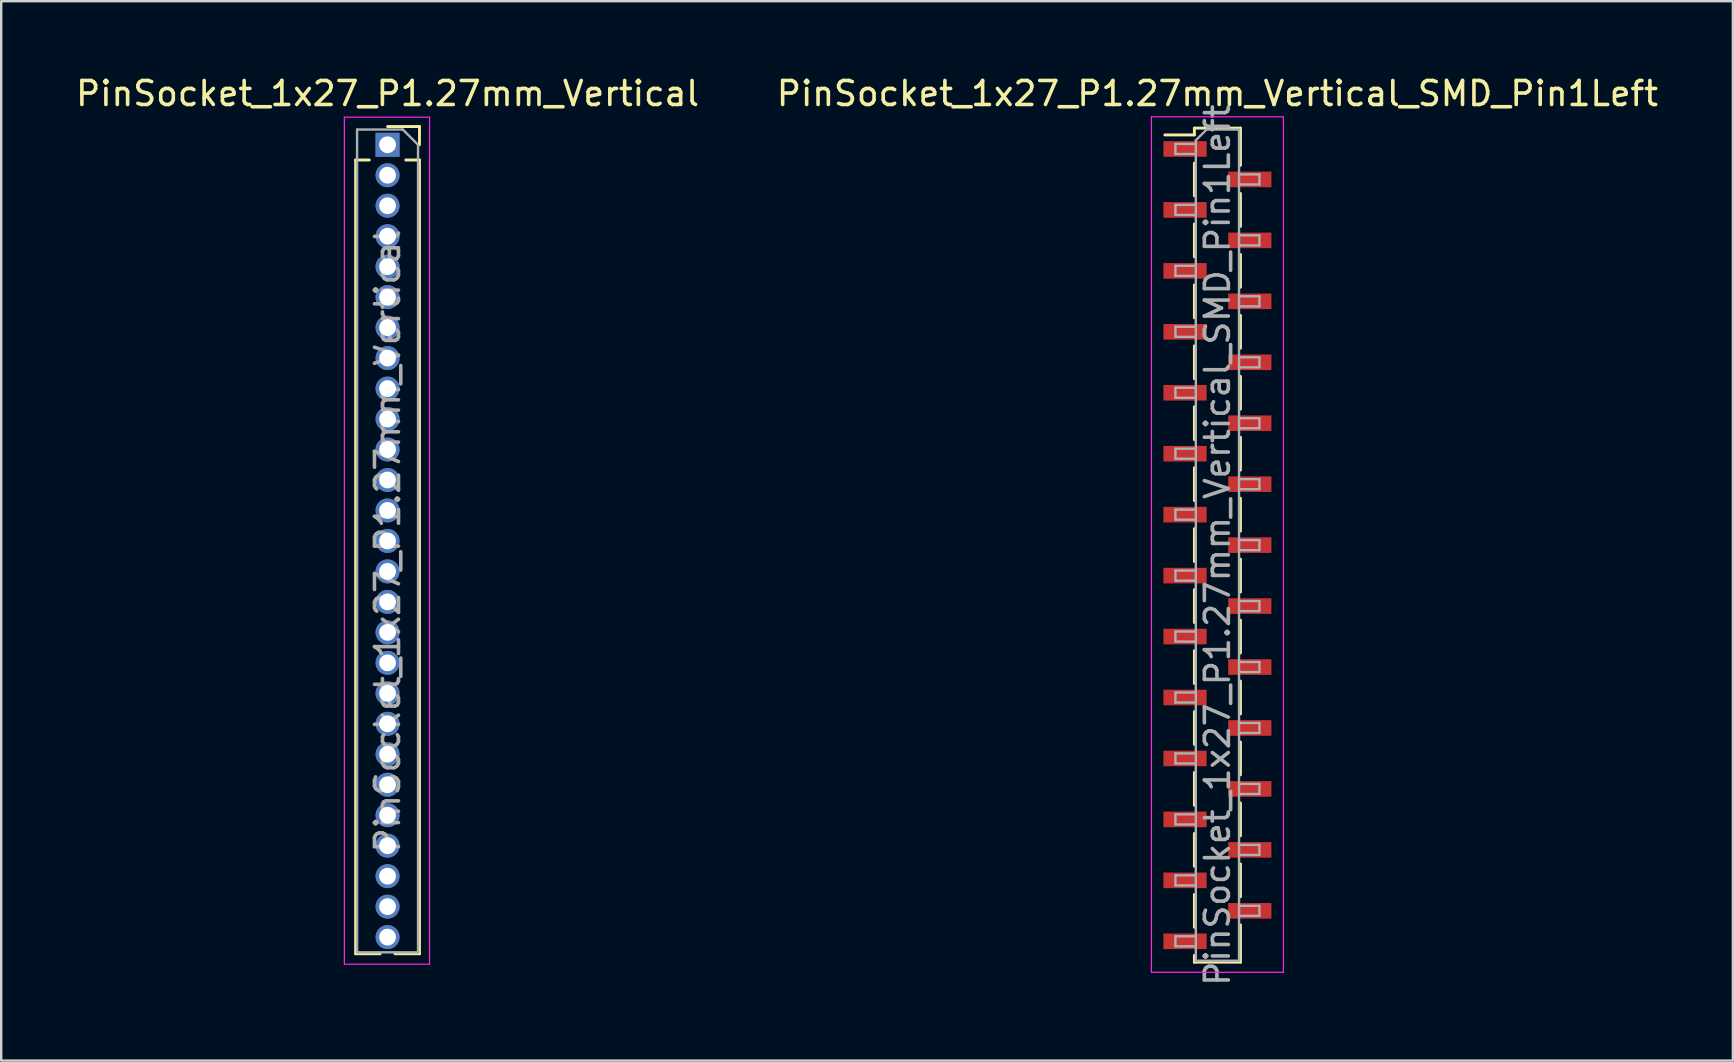
<source format=kicad_pcb>
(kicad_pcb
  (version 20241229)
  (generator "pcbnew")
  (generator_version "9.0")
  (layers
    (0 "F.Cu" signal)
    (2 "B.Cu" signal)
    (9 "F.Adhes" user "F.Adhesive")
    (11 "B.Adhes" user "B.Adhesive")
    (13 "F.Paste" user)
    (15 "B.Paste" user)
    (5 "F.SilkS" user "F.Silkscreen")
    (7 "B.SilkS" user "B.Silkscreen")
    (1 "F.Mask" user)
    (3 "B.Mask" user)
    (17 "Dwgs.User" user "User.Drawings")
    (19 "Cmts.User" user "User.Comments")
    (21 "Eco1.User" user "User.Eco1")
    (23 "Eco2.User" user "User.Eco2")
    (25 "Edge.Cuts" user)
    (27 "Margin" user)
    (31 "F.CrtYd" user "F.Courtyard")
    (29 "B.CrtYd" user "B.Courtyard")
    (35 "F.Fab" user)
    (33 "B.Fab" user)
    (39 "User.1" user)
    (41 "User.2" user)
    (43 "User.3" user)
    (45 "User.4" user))
  (footprint "PinSocket_1x27_P1.27mm_Vertical_SMD_Pin1Left"
    (layer "F.Cu")
    (at 47.685 19.668)
    (property "Reference" "PinSocket_1x27_P1.27mm_Vertical_SMD_Pin1Left" (at 0 -18.82 0) (layer "F.SilkS") (effects (font (size 1 1) (thickness 0.15))))
    (attr smd)
    (fp_line (start -2.19 -17.095) (end -0.96 -17.095) (stroke (width 0.12) (type solid)) (layer "F.SilkS"))
    (fp_line (start -0.96 -17.38) (end -0.96 -17.095) (stroke (width 0.12) (type solid)) (layer "F.SilkS"))
    (fp_line (start -0.96 -17.38) (end 0.96 -17.38) (stroke (width 0.12) (type solid)) (layer "F.SilkS"))
    (fp_line (start -0.96 -15.925) (end -0.96 -14.555) (stroke (width 0.12) (type solid)) (layer "F.SilkS"))
    (fp_line (start -0.96 -13.385) (end -0.96 -12.015) (stroke (width 0.12) (type solid)) (layer "F.SilkS"))
    (fp_line (start -0.96 -10.845) (end -0.96 -9.475) (stroke (width 0.12) (type solid)) (layer "F.SilkS"))
    (fp_line (start -0.96 -8.305) (end -0.96 -6.935) (stroke (width 0.12) (type solid)) (layer "F.SilkS"))
    (fp_line (start -0.96 -5.765) (end -0.96 -4.395) (stroke (width 0.12) (type solid)) (layer "F.SilkS"))
    (fp_line (start -0.96 -3.225) (end -0.96 -1.855) (stroke (width 0.12) (type solid)) (layer "F.SilkS"))
    (fp_line (start -0.96 -0.685) (end -0.96 0.685) (stroke (width 0.12) (type solid)) (layer "F.SilkS"))
    (fp_line (start -0.96 1.855) (end -0.96 3.225) (stroke (width 0.12) (type solid)) (layer "F.SilkS"))
    (fp_line (start -0.96 4.395) (end -0.96 5.765) (stroke (width 0.12) (type solid)) (layer "F.SilkS"))
    (fp_line (start -0.96 6.935) (end -0.96 8.305) (stroke (width 0.12) (type solid)) (layer "F.SilkS"))
    (fp_line (start -0.96 9.475) (end -0.96 10.845) (stroke (width 0.12) (type solid)) (layer "F.SilkS"))
    (fp_line (start -0.96 12.015) (end -0.96 13.385) (stroke (width 0.12) (type solid)) (layer "F.SilkS"))
    (fp_line (start -0.96 14.555) (end -0.96 15.925) (stroke (width 0.12) (type solid)) (layer "F.SilkS"))
    (fp_line (start -0.96 17.095) (end -0.96 17.38) (stroke (width 0.12) (type solid)) (layer "F.SilkS"))
    (fp_line (start -0.96 17.38) (end 0.96 17.38) (stroke (width 0.12) (type solid)) (layer "F.SilkS"))
    (fp_line (start 0.96 -17.38) (end 0.96 -15.825) (stroke (width 0.12) (type solid)) (layer "F.SilkS"))
    (fp_line (start 0.96 -14.655) (end 0.96 -13.285) (stroke (width 0.12) (type solid)) (layer "F.SilkS"))
    (fp_line (start 0.96 -12.115) (end 0.96 -10.745) (stroke (width 0.12) (type solid)) (layer "F.SilkS"))
    (fp_line (start 0.96 -9.575) (end 0.96 -8.205) (stroke (width 0.12) (type solid)) (layer "F.SilkS"))
    (fp_line (start 0.96 -7.035) (end 0.96 -5.665) (stroke (width 0.12) (type solid)) (layer "F.SilkS"))
    (fp_line (start 0.96 -4.495) (end 0.96 -3.125) (stroke (width 0.12) (type solid)) (layer "F.SilkS"))
    (fp_line (start 0.96 -1.955) (end 0.96 -0.585) (stroke (width 0.12) (type solid)) (layer "F.SilkS"))
    (fp_line (start 0.96 0.585) (end 0.96 1.955) (stroke (width 0.12) (type solid)) (layer "F.SilkS"))
    (fp_line (start 0.96 3.125) (end 0.96 4.495) (stroke (width 0.12) (type solid)) (layer "F.SilkS"))
    (fp_line (start 0.96 5.665) (end 0.96 7.035) (stroke (width 0.12) (type solid)) (layer "F.SilkS"))
    (fp_line (start 0.96 8.205) (end 0.96 9.575) (stroke (width 0.12) (type solid)) (layer "F.SilkS"))
    (fp_line (start 0.96 10.745) (end 0.96 12.115) (stroke (width 0.12) (type solid)) (layer "F.SilkS"))
    (fp_line (start 0.96 13.285) (end 0.96 14.655) (stroke (width 0.12) (type solid)) (layer "F.SilkS"))
    (fp_line (start 0.96 15.825) (end 0.96 17.38) (stroke (width 0.12) (type solid)) (layer "F.SilkS"))
    (fp_line (start -2.75 -17.85) (end 2.75 -17.85) (stroke (width 0.05) (type solid)) (layer "F.CrtYd"))
    (fp_line (start -2.75 17.8) (end -2.75 -17.85) (stroke (width 0.05) (type solid)) (layer "F.CrtYd"))
    (fp_line (start 2.75 -17.85) (end 2.75 17.8) (stroke (width 0.05) (type solid)) (layer "F.CrtYd"))
    (fp_line (start 2.75 17.8) (end -2.75 17.8) (stroke (width 0.05) (type solid)) (layer "F.CrtYd"))
    (fp_line (start -1.75 -16.72) (end -0.9 -16.72) (stroke (width 0.1) (type solid)) (layer "F.Fab"))
    (fp_line (start -1.75 -16.3) (end -1.75 -16.72) (stroke (width 0.1) (type solid)) (layer "F.Fab"))
    (fp_line (start -1.75 -14.18) (end -0.9 -14.18) (stroke (width 0.1) (type solid)) (layer "F.Fab"))
    (fp_line (start -1.75 -13.76) (end -1.75 -14.18) (stroke (width 0.1) (type solid)) (layer "F.Fab"))
    (fp_line (start -1.75 -11.64) (end -0.9 -11.64) (stroke (width 0.1) (type solid)) (layer "F.Fab"))
    (fp_line (start -1.75 -11.22) (end -1.75 -11.64) (stroke (width 0.1) (type solid)) (layer "F.Fab"))
    (fp_line (start -1.75 -9.1) (end -0.9 -9.1) (stroke (width 0.1) (type solid)) (layer "F.Fab"))
    (fp_line (start -1.75 -8.68) (end -1.75 -9.1) (stroke (width 0.1) (type solid)) (layer "F.Fab"))
    (fp_line (start -1.75 -6.56) (end -0.9 -6.56) (stroke (width 0.1) (type solid)) (layer "F.Fab"))
    (fp_line (start -1.75 -6.14) (end -1.75 -6.56) (stroke (width 0.1) (type solid)) (layer "F.Fab"))
    (fp_line (start -1.75 -4.02) (end -0.9 -4.02) (stroke (width 0.1) (type solid)) (layer "F.Fab"))
    (fp_line (start -1.75 -3.6) (end -1.75 -4.02) (stroke (width 0.1) (type solid)) (layer "F.Fab"))
    (fp_line (start -1.75 -1.48) (end -0.9 -1.48) (stroke (width 0.1) (type solid)) (layer "F.Fab"))
    (fp_line (start -1.75 -1.06) (end -1.75 -1.48) (stroke (width 0.1) (type solid)) (layer "F.Fab"))
    (fp_line (start -1.75 1.06) (end -0.9 1.06) (stroke (width 0.1) (type solid)) (layer "F.Fab"))
    (fp_line (start -1.75 1.48) (end -1.75 1.06) (stroke (width 0.1) (type solid)) (layer "F.Fab"))
    (fp_line (start -1.75 3.6) (end -0.9 3.6) (stroke (width 0.1) (type solid)) (layer "F.Fab"))
    (fp_line (start -1.75 4.02) (end -1.75 3.6) (stroke (width 0.1) (type solid)) (layer "F.Fab"))
    (fp_line (start -1.75 6.14) (end -0.9 6.14) (stroke (width 0.1) (type solid)) (layer "F.Fab"))
    (fp_line (start -1.75 6.56) (end -1.75 6.14) (stroke (width 0.1) (type solid)) (layer "F.Fab"))
    (fp_line (start -1.75 8.68) (end -0.9 8.68) (stroke (width 0.1) (type solid)) (layer "F.Fab"))
    (fp_line (start -1.75 9.1) (end -1.75 8.68) (stroke (width 0.1) (type solid)) (layer "F.Fab"))
    (fp_line (start -1.75 11.22) (end -0.9 11.22) (stroke (width 0.1) (type solid)) (layer "F.Fab"))
    (fp_line (start -1.75 11.64) (end -1.75 11.22) (stroke (width 0.1) (type solid)) (layer "F.Fab"))
    (fp_line (start -1.75 13.76) (end -0.9 13.76) (stroke (width 0.1) (type solid)) (layer "F.Fab"))
    (fp_line (start -1.75 14.18) (end -1.75 13.76) (stroke (width 0.1) (type solid)) (layer "F.Fab"))
    (fp_line (start -1.75 16.3) (end -0.9 16.3) (stroke (width 0.1) (type solid)) (layer "F.Fab"))
    (fp_line (start -1.75 16.72) (end -1.75 16.3) (stroke (width 0.1) (type solid)) (layer "F.Fab"))
    (fp_line (start -0.9 -16.87) (end -0.45 -17.32) (stroke (width 0.1) (type solid)) (layer "F.Fab"))
    (fp_line (start -0.9 -16.3) (end -1.75 -16.3) (stroke (width 0.1) (type solid)) (layer "F.Fab"))
    (fp_line (start -0.9 -13.76) (end -1.75 -13.76) (stroke (width 0.1) (type solid)) (layer "F.Fab"))
    (fp_line (start -0.9 -11.22) (end -1.75 -11.22) (stroke (width 0.1) (type solid)) (layer "F.Fab"))
    (fp_line (start -0.9 -8.68) (end -1.75 -8.68) (stroke (width 0.1) (type solid)) (layer "F.Fab"))
    (fp_line (start -0.9 -6.14) (end -1.75 -6.14) (stroke (width 0.1) (type solid)) (layer "F.Fab"))
    (fp_line (start -0.9 -3.6) (end -1.75 -3.6) (stroke (width 0.1) (type solid)) (layer "F.Fab"))
    (fp_line (start -0.9 -1.06) (end -1.75 -1.06) (stroke (width 0.1) (type solid)) (layer "F.Fab"))
    (fp_line (start -0.9 1.48) (end -1.75 1.48) (stroke (width 0.1) (type solid)) (layer "F.Fab"))
    (fp_line (start -0.9 4.02) (end -1.75 4.02) (stroke (width 0.1) (type solid)) (layer "F.Fab"))
    (fp_line (start -0.9 6.56) (end -1.75 6.56) (stroke (width 0.1) (type solid)) (layer "F.Fab"))
    (fp_line (start -0.9 9.1) (end -1.75 9.1) (stroke (width 0.1) (type solid)) (layer "F.Fab"))
    (fp_line (start -0.9 11.64) (end -1.75 11.64) (stroke (width 0.1) (type solid)) (layer "F.Fab"))
    (fp_line (start -0.9 14.18) (end -1.75 14.18) (stroke (width 0.1) (type solid)) (layer "F.Fab"))
    (fp_line (start -0.9 16.72) (end -1.75 16.72) (stroke (width 0.1) (type solid)) (layer "F.Fab"))
    (fp_line (start -0.9 17.32) (end -0.9 -16.87) (stroke (width 0.1) (type solid)) (layer "F.Fab"))
    (fp_line (start -0.45 -17.32) (end 0.9 -17.32) (stroke (width 0.1) (type solid)) (layer "F.Fab"))
    (fp_line (start 0.9 -17.32) (end 0.9 17.32) (stroke (width 0.1) (type solid)) (layer "F.Fab"))
    (fp_line (start 0.9 -15.45) (end 1.75 -15.45) (stroke (width 0.1) (type solid)) (layer "F.Fab"))
    (fp_line (start 0.9 -12.91) (end 1.75 -12.91) (stroke (width 0.1) (type solid)) (layer "F.Fab"))
    (fp_line (start 0.9 -10.37) (end 1.75 -10.37) (stroke (width 0.1) (type solid)) (layer "F.Fab"))
    (fp_line (start 0.9 -7.83) (end 1.75 -7.83) (stroke (width 0.1) (type solid)) (layer "F.Fab"))
    (fp_line (start 0.9 -5.29) (end 1.75 -5.29) (stroke (width 0.1) (type solid)) (layer "F.Fab"))
    (fp_line (start 0.9 -2.75) (end 1.75 -2.75) (stroke (width 0.1) (type solid)) (layer "F.Fab"))
    (fp_line (start 0.9 -0.21) (end 1.75 -0.21) (stroke (width 0.1) (type solid)) (layer "F.Fab"))
    (fp_line (start 0.9 2.33) (end 1.75 2.33) (stroke (width 0.1) (type solid)) (layer "F.Fab"))
    (fp_line (start 0.9 4.87) (end 1.75 4.87) (stroke (width 0.1) (type solid)) (layer "F.Fab"))
    (fp_line (start 0.9 7.41) (end 1.75 7.41) (stroke (width 0.1) (type solid)) (layer "F.Fab"))
    (fp_line (start 0.9 9.95) (end 1.75 9.95) (stroke (width 0.1) (type solid)) (layer "F.Fab"))
    (fp_line (start 0.9 12.49) (end 1.75 12.49) (stroke (width 0.1) (type solid)) (layer "F.Fab"))
    (fp_line (start 0.9 15.03) (end 1.75 15.03) (stroke (width 0.1) (type solid)) (layer "F.Fab"))
    (fp_line (start 0.9 17.32) (end -0.9 17.32) (stroke (width 0.1) (type solid)) (layer "F.Fab"))
    (fp_line (start 1.75 -15.45) (end 1.75 -15.03) (stroke (width 0.1) (type solid)) (layer "F.Fab"))
    (fp_line (start 1.75 -15.03) (end 0.9 -15.03) (stroke (width 0.1) (type solid)) (layer "F.Fab"))
    (fp_line (start 1.75 -12.91) (end 1.75 -12.49) (stroke (width 0.1) (type solid)) (layer "F.Fab"))
    (fp_line (start 1.75 -12.49) (end 0.9 -12.49) (stroke (width 0.1) (type solid)) (layer "F.Fab"))
    (fp_line (start 1.75 -10.37) (end 1.75 -9.95) (stroke (width 0.1) (type solid)) (layer "F.Fab"))
    (fp_line (start 1.75 -9.95) (end 0.9 -9.95) (stroke (width 0.1) (type solid)) (layer "F.Fab"))
    (fp_line (start 1.75 -7.83) (end 1.75 -7.41) (stroke (width 0.1) (type solid)) (layer "F.Fab"))
    (fp_line (start 1.75 -7.41) (end 0.9 -7.41) (stroke (width 0.1) (type solid)) (layer "F.Fab"))
    (fp_line (start 1.75 -5.29) (end 1.75 -4.87) (stroke (width 0.1) (type solid)) (layer "F.Fab"))
    (fp_line (start 1.75 -4.87) (end 0.9 -4.87) (stroke (width 0.1) (type solid)) (layer "F.Fab"))
    (fp_line (start 1.75 -2.75) (end 1.75 -2.33) (stroke (width 0.1) (type solid)) (layer "F.Fab"))
    (fp_line (start 1.75 -2.33) (end 0.9 -2.33) (stroke (width 0.1) (type solid)) (layer "F.Fab"))
    (fp_line (start 1.75 -0.21) (end 1.75 0.21) (stroke (width 0.1) (type solid)) (layer "F.Fab"))
    (fp_line (start 1.75 0.21) (end 0.9 0.21) (stroke (width 0.1) (type solid)) (layer "F.Fab"))
    (fp_line (start 1.75 2.33) (end 1.75 2.75) (stroke (width 0.1) (type solid)) (layer "F.Fab"))
    (fp_line (start 1.75 2.75) (end 0.9 2.75) (stroke (width 0.1) (type solid)) (layer "F.Fab"))
    (fp_line (start 1.75 4.87) (end 1.75 5.29) (stroke (width 0.1) (type solid)) (layer "F.Fab"))
    (fp_line (start 1.75 5.29) (end 0.9 5.29) (stroke (width 0.1) (type solid)) (layer "F.Fab"))
    (fp_line (start 1.75 7.41) (end 1.75 7.83) (stroke (width 0.1) (type solid)) (layer "F.Fab"))
    (fp_line (start 1.75 7.83) (end 0.9 7.83) (stroke (width 0.1) (type solid)) (layer "F.Fab"))
    (fp_line (start 1.75 9.95) (end 1.75 10.37) (stroke (width 0.1) (type solid)) (layer "F.Fab"))
    (fp_line (start 1.75 10.37) (end 0.9 10.37) (stroke (width 0.1) (type solid)) (layer "F.Fab"))
    (fp_line (start 1.75 12.49) (end 1.75 12.91) (stroke (width 0.1) (type solid)) (layer "F.Fab"))
    (fp_line (start 1.75 12.91) (end 0.9 12.91) (stroke (width 0.1) (type solid)) (layer "F.Fab"))
    (fp_line (start 1.75 15.03) (end 1.75 15.45) (stroke (width 0.1) (type solid)) (layer "F.Fab"))
    (fp_line (start 1.75 15.45) (end 0.9 15.45) (stroke (width 0.1) (type solid)) (layer "F.Fab"))
    (fp_text user "${REFERENCE}" (at 0 0 90) (layer "F.Fab") (effects (font (size 1 1) (thickness 0.15))))
    (pad "1" smd rect (at -1.35 -16.51) (size 1.8 0.65) (layers "F.Cu" "F.Mask" "F.Paste"))
    (pad "2" smd rect (at 1.35 -15.24) (size 1.8 0.65) (layers "F.Cu" "F.Mask" "F.Paste"))
    (pad "3" smd rect (at -1.35 -13.97) (size 1.8 0.65) (layers "F.Cu" "F.Mask" "F.Paste"))
    (pad "4" smd rect (at 1.35 -12.7) (size 1.8 0.65) (layers "F.Cu" "F.Mask" "F.Paste"))
    (pad "5" smd rect (at -1.35 -11.43) (size 1.8 0.65) (layers "F.Cu" "F.Mask" "F.Paste"))
    (pad "6" smd rect (at 1.35 -10.16) (size 1.8 0.65) (layers "F.Cu" "F.Mask" "F.Paste"))
    (pad "7" smd rect (at -1.35 -8.89) (size 1.8 0.65) (layers "F.Cu" "F.Mask" "F.Paste"))
    (pad "8" smd rect (at 1.35 -7.62) (size 1.8 0.65) (layers "F.Cu" "F.Mask" "F.Paste"))
    (pad "9" smd rect (at -1.35 -6.35) (size 1.8 0.65) (layers "F.Cu" "F.Mask" "F.Paste"))
    (pad "10" smd rect (at 1.35 -5.08) (size 1.8 0.65) (layers "F.Cu" "F.Mask" "F.Paste"))
    (pad "11" smd rect (at -1.35 -3.81) (size 1.8 0.65) (layers "F.Cu" "F.Mask" "F.Paste"))
    (pad "12" smd rect (at 1.35 -2.54) (size 1.8 0.65) (layers "F.Cu" "F.Mask" "F.Paste"))
    (pad "13" smd rect (at -1.35 -1.27) (size 1.8 0.65) (layers "F.Cu" "F.Mask" "F.Paste"))
    (pad "14" smd rect (at 1.35 0) (size 1.8 0.65) (layers "F.Cu" "F.Mask" "F.Paste"))
    (pad "15" smd rect (at -1.35 1.27) (size 1.8 0.65) (layers "F.Cu" "F.Mask" "F.Paste"))
    (pad "16" smd rect (at 1.35 2.54) (size 1.8 0.65) (layers "F.Cu" "F.Mask" "F.Paste"))
    (pad "17" smd rect (at -1.35 3.81) (size 1.8 0.65) (layers "F.Cu" "F.Mask" "F.Paste"))
    (pad "18" smd rect (at 1.35 5.08) (size 1.8 0.65) (layers "F.Cu" "F.Mask" "F.Paste"))
    (pad "19" smd rect (at -1.35 6.35) (size 1.8 0.65) (layers "F.Cu" "F.Mask" "F.Paste"))
    (pad "20" smd rect (at 1.35 7.62) (size 1.8 0.65) (layers "F.Cu" "F.Mask" "F.Paste"))
    (pad "21" smd rect (at -1.35 8.89) (size 1.8 0.65) (layers "F.Cu" "F.Mask" "F.Paste"))
    (pad "22" smd rect (at 1.35 10.16) (size 1.8 0.65) (layers "F.Cu" "F.Mask" "F.Paste"))
    (pad "23" smd rect (at -1.35 11.43) (size 1.8 0.65) (layers "F.Cu" "F.Mask" "F.Paste"))
    (pad "24" smd rect (at 1.35 12.7) (size 1.8 0.65) (layers "F.Cu" "F.Mask" "F.Paste"))
    (pad "25" smd rect (at -1.35 13.97) (size 1.8 0.65) (layers "F.Cu" "F.Mask" "F.Paste"))
    (pad "26" smd rect (at 1.35 15.24) (size 1.8 0.65) (layers "F.Cu" "F.Mask" "F.Paste"))
    (pad "27" smd rect (at -1.35 16.51) (size 1.8 0.65) (layers "F.Cu" "F.Mask" "F.Paste")))
  (footprint "PinSocket_1x27_P1.27mm_Vertical"
    (layer "F.Cu")
    (at 13.101 2.983)
    (property "Reference" "PinSocket_1x27_P1.27mm_Vertical" (at 0 -2.135 0) (layer "F.SilkS") (effects (font (size 1 1) (thickness 0.15))))
    (attr through_hole)
    (fp_line (start -1.33 0.635) (end -1.33 33.715) (stroke (width 0.12) (type solid)) (layer "F.SilkS"))
    (fp_line (start -1.33 0.635) (end -0.76 0.635) (stroke (width 0.12) (type solid)) (layer "F.SilkS"))
    (fp_line (start -1.33 33.715) (end -0.308 33.715) (stroke (width 0.12) (type solid)) (layer "F.SilkS"))
    (fp_line (start 0 -0.76) (end 1.33 -0.76) (stroke (width 0.12) (type solid)) (layer "F.SilkS"))
    (fp_line (start 0.308 33.715) (end 1.33 33.715) (stroke (width 0.12) (type solid)) (layer "F.SilkS"))
    (fp_line (start 0.76 0.635) (end 1.33 0.635) (stroke (width 0.12) (type solid)) (layer "F.SilkS"))
    (fp_line (start 1.33 -0.76) (end 1.33 0) (stroke (width 0.12) (type solid)) (layer "F.SilkS"))
    (fp_line (start 1.33 0.635) (end 1.33 33.715) (stroke (width 0.12) (type solid)) (layer "F.SilkS"))
    (fp_line (start -1.8 -1.15) (end 1.75 -1.15) (stroke (width 0.05) (type solid)) (layer "F.CrtYd"))
    (fp_line (start -1.8 34.15) (end -1.8 -1.15) (stroke (width 0.05) (type solid)) (layer "F.CrtYd"))
    (fp_line (start 1.75 -1.15) (end 1.75 34.15) (stroke (width 0.05) (type solid)) (layer "F.CrtYd"))
    (fp_line (start 1.75 34.15) (end -1.8 34.15) (stroke (width 0.05) (type solid)) (layer "F.CrtYd"))
    (fp_line (start -1.27 -0.635) (end 0.635 -0.635) (stroke (width 0.1) (type solid)) (layer "F.Fab"))
    (fp_line (start -1.27 33.655) (end -1.27 -0.635) (stroke (width 0.1) (type solid)) (layer "F.Fab"))
    (fp_line (start 0.635 -0.635) (end 1.27 0) (stroke (width 0.1) (type solid)) (layer "F.Fab"))
    (fp_line (start 1.27 0) (end 1.27 33.655) (stroke (width 0.1) (type solid)) (layer "F.Fab"))
    (fp_line (start 1.27 33.655) (end -1.27 33.655) (stroke (width 0.1) (type solid)) (layer "F.Fab"))
    (fp_text user "${REFERENCE}" (at 0 16.51 90) (layer "F.Fab") (effects (font (size 1 1) (thickness 0.15))))
    (pad "1" thru_hole rect (at 0 0) (size 1 1) (drill 0.7) (layers "*.Cu" "*.Mask"))
    (pad "2" thru_hole oval (at 0 1.27) (size 1 1) (drill 0.7) (layers "*.Cu" "*.Mask"))
    (pad "3" thru_hole oval (at 0 2.54) (size 1 1) (drill 0.7) (layers "*.Cu" "*.Mask"))
    (pad "4" thru_hole oval (at 0 3.81) (size 1 1) (drill 0.7) (layers "*.Cu" "*.Mask"))
    (pad "5" thru_hole oval (at 0 5.08) (size 1 1) (drill 0.7) (layers "*.Cu" "*.Mask"))
    (pad "6" thru_hole oval (at 0 6.35) (size 1 1) (drill 0.7) (layers "*.Cu" "*.Mask"))
    (pad "7" thru_hole oval (at 0 7.62) (size 1 1) (drill 0.7) (layers "*.Cu" "*.Mask"))
    (pad "8" thru_hole oval (at 0 8.89) (size 1 1) (drill 0.7) (layers "*.Cu" "*.Mask"))
    (pad "9" thru_hole oval (at 0 10.16) (size 1 1) (drill 0.7) (layers "*.Cu" "*.Mask"))
    (pad "10" thru_hole oval (at 0 11.43) (size 1 1) (drill 0.7) (layers "*.Cu" "*.Mask"))
    (pad "11" thru_hole oval (at 0 12.7) (size 1 1) (drill 0.7) (layers "*.Cu" "*.Mask"))
    (pad "12" thru_hole oval (at 0 13.97) (size 1 1) (drill 0.7) (layers "*.Cu" "*.Mask"))
    (pad "13" thru_hole oval (at 0 15.24) (size 1 1) (drill 0.7) (layers "*.Cu" "*.Mask"))
    (pad "14" thru_hole oval (at 0 16.51) (size 1 1) (drill 0.7) (layers "*.Cu" "*.Mask"))
    (pad "15" thru_hole oval (at 0 17.78) (size 1 1) (drill 0.7) (layers "*.Cu" "*.Mask"))
    (pad "16" thru_hole oval (at 0 19.05) (size 1 1) (drill 0.7) (layers "*.Cu" "*.Mask"))
    (pad "17" thru_hole oval (at 0 20.32) (size 1 1) (drill 0.7) (layers "*.Cu" "*.Mask"))
    (pad "18" thru_hole oval (at 0 21.59) (size 1 1) (drill 0.7) (layers "*.Cu" "*.Mask"))
    (pad "19" thru_hole oval (at 0 22.86) (size 1 1) (drill 0.7) (layers "*.Cu" "*.Mask"))
    (pad "20" thru_hole oval (at 0 24.13) (size 1 1) (drill 0.7) (layers "*.Cu" "*.Mask"))
    (pad "21" thru_hole oval (at 0 25.4) (size 1 1) (drill 0.7) (layers "*.Cu" "*.Mask"))
    (pad "22" thru_hole oval (at 0 26.67) (size 1 1) (drill 0.7) (layers "*.Cu" "*.Mask"))
    (pad "23" thru_hole oval (at 0 27.94) (size 1 1) (drill 0.7) (layers "*.Cu" "*.Mask"))
    (pad "24" thru_hole oval (at 0 29.21) (size 1 1) (drill 0.7) (layers "*.Cu" "*.Mask"))
    (pad "25" thru_hole oval (at 0 30.48) (size 1 1) (drill 0.7) (layers "*.Cu" "*.Mask"))
    (pad "26" thru_hole oval (at 0 31.75) (size 1 1) (drill 0.7) (layers "*.Cu" "*.Mask"))
    (pad "27" thru_hole oval (at 0 33.02) (size 1 1) (drill 0.7) (layers "*.Cu" "*.Mask")))
  (gr_rect
    (start -3 -3)
    (end 69.167 41.15)
    (stroke (width 0.1) (type default))
    (fill no)
    (layer "Edge.Cuts")))
</source>
